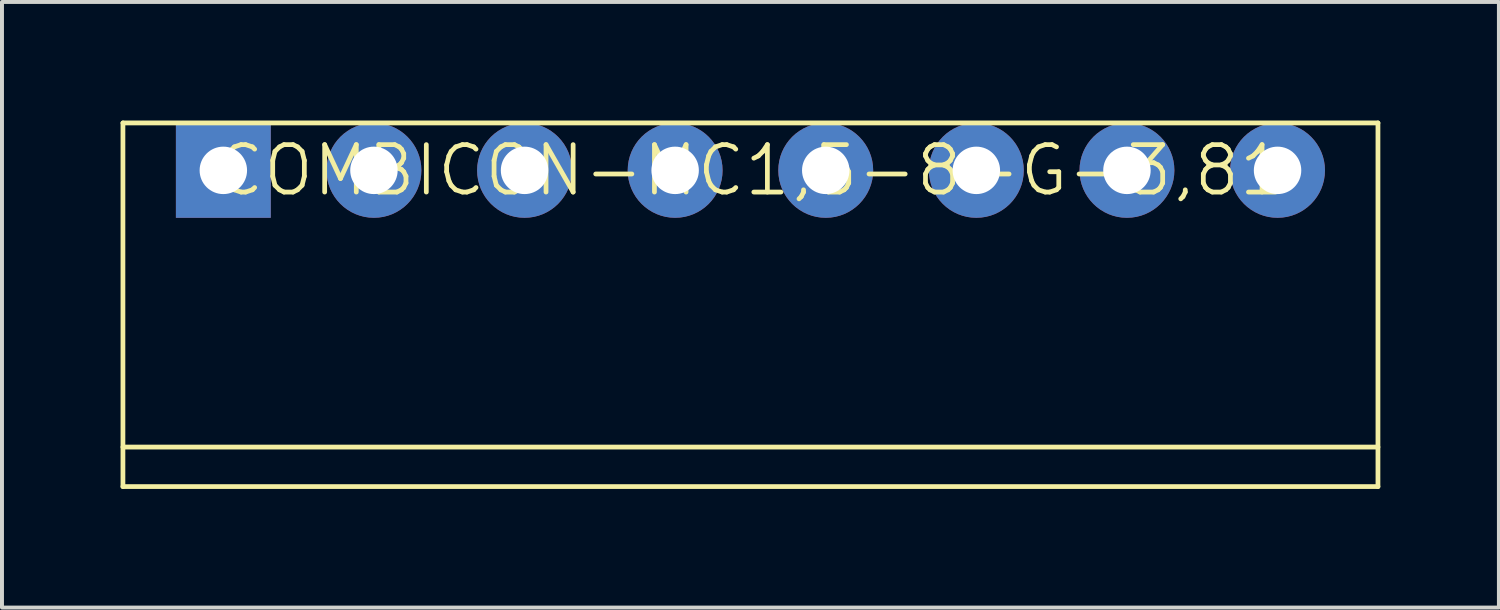
<source format=kicad_pcb>
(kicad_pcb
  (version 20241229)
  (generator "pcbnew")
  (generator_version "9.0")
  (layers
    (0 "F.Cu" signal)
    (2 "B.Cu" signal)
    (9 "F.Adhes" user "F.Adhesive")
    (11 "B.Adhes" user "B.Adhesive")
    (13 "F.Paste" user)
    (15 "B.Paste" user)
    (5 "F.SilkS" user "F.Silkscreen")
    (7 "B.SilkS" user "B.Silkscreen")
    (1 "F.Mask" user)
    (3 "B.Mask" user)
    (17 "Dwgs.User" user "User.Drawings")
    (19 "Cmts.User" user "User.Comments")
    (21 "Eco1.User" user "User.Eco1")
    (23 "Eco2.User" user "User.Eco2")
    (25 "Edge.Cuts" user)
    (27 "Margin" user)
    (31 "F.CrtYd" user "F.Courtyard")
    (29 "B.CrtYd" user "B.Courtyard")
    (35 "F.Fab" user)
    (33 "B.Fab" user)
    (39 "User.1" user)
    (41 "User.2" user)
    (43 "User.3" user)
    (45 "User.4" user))
  (footprint "COMBICON-MC1,5-8-G-3,81"
    (layer "F.Cu")
    (at 15.935 1.26)
    (property "Reference" "COMBICON-MC1,5-8-G-3,81" (at 0 0 0) (layer "F.SilkS") (effects (font (size 1.2 1.2) (thickness 0.12))))
    (attr through_hole)
    (fp_line (start -15.875 -1.2) (end -15.875 8) (stroke (width 0.12) (type solid)) (layer "F.SilkS"))
    (fp_line (start -15.875 7) (end 15.875 7) (stroke (width 0.12) (type solid)) (layer "F.SilkS"))
    (fp_line (start -15.875 8) (end 15.875 8) (stroke (width 0.12) (type solid)) (layer "F.SilkS"))
    (fp_line (start 15.875 -1.2) (end -15.875 -1.2) (stroke (width 0.12) (type solid)) (layer "F.SilkS"))
    (fp_line (start 15.875 8) (end 15.875 -1.2) (stroke (width 0.12) (type solid)) (layer "F.SilkS"))
    (pad "1" thru_hole rect (at -13.335 0) (size 2.4 2.4) (drill 1.2) (layers "*.Cu" "*.Mask"))
    (pad "2" thru_hole circle (at -9.525 0) (size 2.4 2.4) (drill 1.2) (layers "*.Cu" "*.Mask"))
    (pad "3" thru_hole circle (at -5.715 0) (size 2.4 2.4) (drill 1.2) (layers "*.Cu" "*.Mask"))
    (pad "4" thru_hole circle (at -1.905 0) (size 2.4 2.4) (drill 1.2) (layers "*.Cu" "*.Mask"))
    (pad "5" thru_hole circle (at 1.905 0) (size 2.4 2.4) (drill 1.2) (layers "*.Cu" "*.Mask"))
    (pad "6" thru_hole circle (at 5.715 0) (size 2.4 2.4) (drill 1.2) (layers "*.Cu" "*.Mask"))
    (pad "7" thru_hole circle (at 9.525 0) (size 2.4 2.4) (drill 1.2) (layers "*.Cu" "*.Mask"))
    (pad "8" thru_hole circle (at 13.335 0) (size 2.4 2.4) (drill 1.2) (layers "*.Cu" "*.Mask")))
  (gr_rect
    (start -3 -3)
    (end 34.87 12.32)
    (stroke (width 0.1) (type default))
    (fill no)
    (layer "Edge.Cuts")))
</source>
